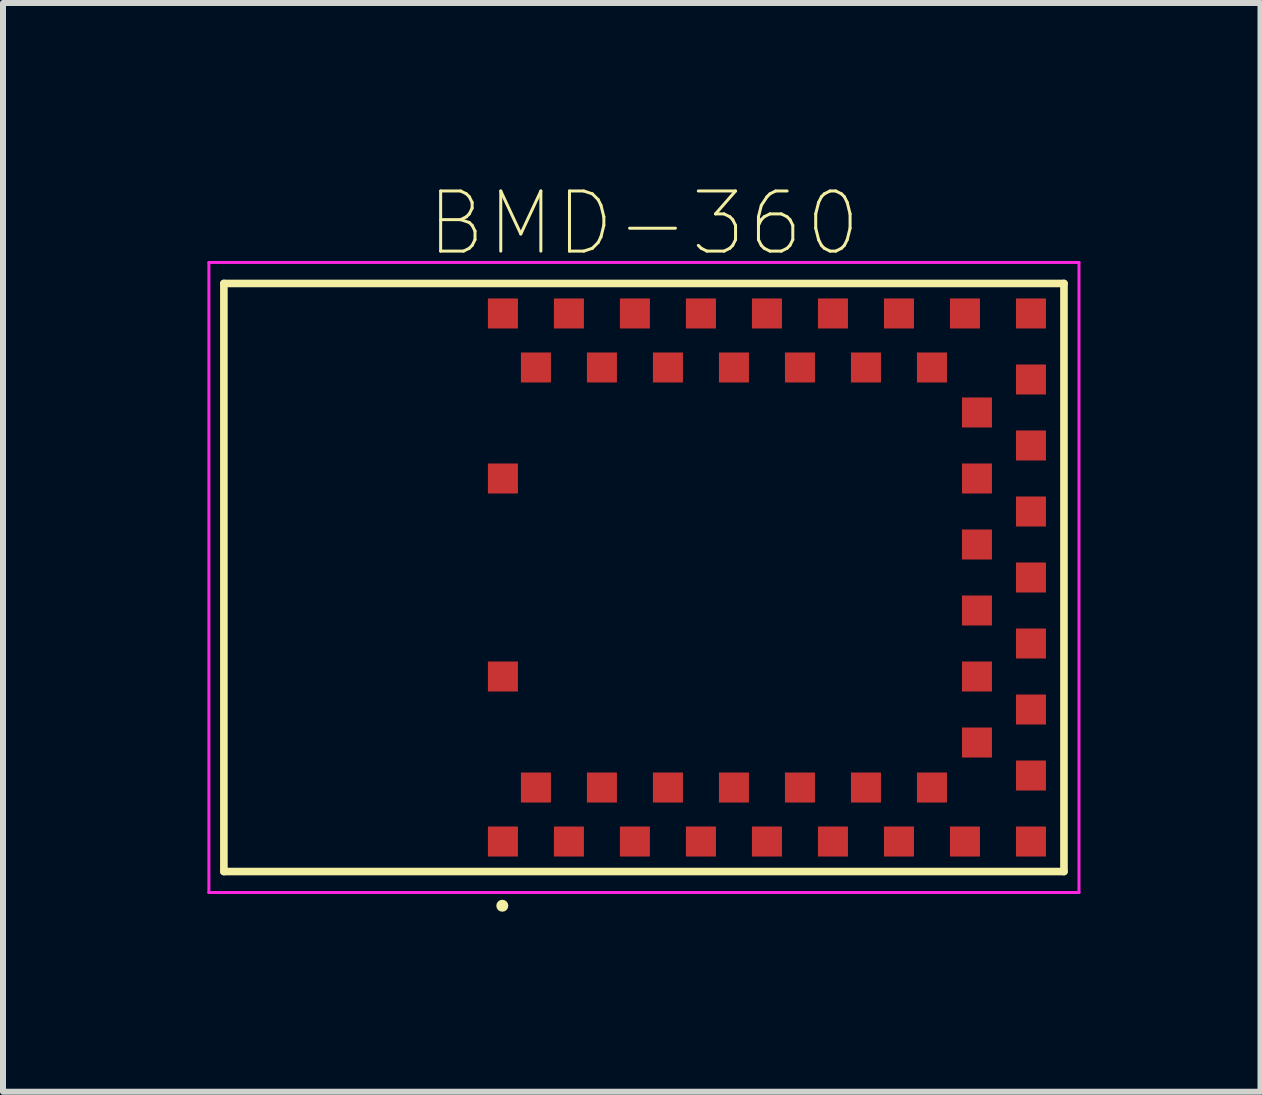
<source format=kicad_pcb>
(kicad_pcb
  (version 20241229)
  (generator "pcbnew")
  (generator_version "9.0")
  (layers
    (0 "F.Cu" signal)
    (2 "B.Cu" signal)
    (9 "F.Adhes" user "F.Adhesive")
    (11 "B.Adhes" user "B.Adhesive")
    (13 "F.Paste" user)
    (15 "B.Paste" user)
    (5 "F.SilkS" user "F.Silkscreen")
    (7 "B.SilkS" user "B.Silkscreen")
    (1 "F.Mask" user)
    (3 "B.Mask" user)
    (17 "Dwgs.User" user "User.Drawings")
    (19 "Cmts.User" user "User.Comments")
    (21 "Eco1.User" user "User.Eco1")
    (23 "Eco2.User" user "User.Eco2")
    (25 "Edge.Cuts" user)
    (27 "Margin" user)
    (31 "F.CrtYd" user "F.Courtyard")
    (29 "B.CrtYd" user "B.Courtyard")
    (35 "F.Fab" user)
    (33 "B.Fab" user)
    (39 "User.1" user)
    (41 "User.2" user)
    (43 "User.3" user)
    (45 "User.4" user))
  (footprint "BMD-360"
    (layer "F.Cu")
    (at 7.681 6.574)
    (property "Reference" "BMD-360" (at 0 -5.9 0) (layer "F.SilkS") (effects (font (size 1.002 1.002) (thickness 0.05))))
    (attr smd)
    (fp_line (start -7 -4.9) (end -7 4.9) (stroke (width 0.127) (type solid)) (layer "F.SilkS"))
    (fp_line (start -7 4.9) (end 7 4.9) (stroke (width 0.127) (type solid)) (layer "F.SilkS"))
    (fp_line (start 7 -4.9) (end -7 -4.9) (stroke (width 0.127) (type solid)) (layer "F.SilkS"))
    (fp_line (start 7 4.9) (end 7 -4.9) (stroke (width 0.127) (type solid)) (layer "F.SilkS"))
    (fp_circle (center -2.36 5.47) (end -2.31 5.47) (stroke (width 0.1) (type solid)) (fill no) (layer "F.SilkS"))
    (fp_poly (pts (xy -7.631 -5.08) (xy -2.6 -5.08) (xy -2.6 5.088) (xy -7.631 5.088)) (stroke (width 0.1) (type solid)) (fill no) (layer "Eco1.User"))
    (fp_line (start -7.25 -5.25) (end -7.25 5.25) (stroke (width 0.05) (type solid)) (layer "F.CrtYd"))
    (fp_line (start -7.25 5.25) (end 7.25 5.25) (stroke (width 0.05) (type solid)) (layer "F.CrtYd"))
    (fp_line (start 7.25 -5.25) (end -7.25 -5.25) (stroke (width 0.05) (type solid)) (layer "F.CrtYd"))
    (fp_line (start 7.25 5.25) (end 7.25 -5.25) (stroke (width 0.05) (type solid)) (layer "F.CrtYd"))
    (pad "1" smd rect (at -2.35 4.4) (size 0.5 0.5) (layers "F.Cu" "F.Mask" "F.Paste"))
    (pad "2" smd rect (at -1.8 3.5) (size 0.5 0.5) (layers "F.Cu" "F.Mask" "F.Paste"))
    (pad "3" smd rect (at -1.25 4.4) (size 0.5 0.5) (layers "F.Cu" "F.Mask" "F.Paste"))
    (pad "4" smd rect (at -0.7 3.5) (size 0.5 0.5) (layers "F.Cu" "F.Mask" "F.Paste"))
    (pad "5" smd rect (at -0.15 4.4) (size 0.5 0.5) (layers "F.Cu" "F.Mask" "F.Paste"))
    (pad "6" smd rect (at 0.4 3.5) (size 0.5 0.5) (layers "F.Cu" "F.Mask" "F.Paste"))
    (pad "7" smd rect (at 0.95 4.4) (size 0.5 0.5) (layers "F.Cu" "F.Mask" "F.Paste"))
    (pad "8" smd rect (at 1.5 3.5) (size 0.5 0.5) (layers "F.Cu" "F.Mask" "F.Paste"))
    (pad "9" smd rect (at 2.05 4.4) (size 0.5 0.5) (layers "F.Cu" "F.Mask" "F.Paste"))
    (pad "10" smd rect (at 2.6 3.5) (size 0.5 0.5) (layers "F.Cu" "F.Mask" "F.Paste"))
    (pad "11" smd rect (at 3.15 4.4) (size 0.5 0.5) (layers "F.Cu" "F.Mask" "F.Paste"))
    (pad "12" smd rect (at 3.7 3.5) (size 0.5 0.5) (layers "F.Cu" "F.Mask" "F.Paste"))
    (pad "13" smd rect (at 4.25 4.4) (size 0.5 0.5) (layers "F.Cu" "F.Mask" "F.Paste"))
    (pad "14" smd rect (at 4.8 3.5) (size 0.5 0.5) (layers "F.Cu" "F.Mask" "F.Paste"))
    (pad "15" smd rect (at 5.35 4.4) (size 0.5 0.5) (layers "F.Cu" "F.Mask" "F.Paste"))
    (pad "16" smd rect (at 6.45 4.4) (size 0.5 0.5) (layers "F.Cu" "F.Mask" "F.Paste"))
    (pad "17" smd rect (at 6.45 3.3) (size 0.5 0.5) (layers "F.Cu" "F.Mask" "F.Paste"))
    (pad "18" smd rect (at 5.55 2.75) (size 0.5 0.5) (layers "F.Cu" "F.Mask" "F.Paste"))
    (pad "19" smd rect (at 6.45 2.2) (size 0.5 0.5) (layers "F.Cu" "F.Mask" "F.Paste"))
    (pad "20" smd rect (at 5.55 1.65) (size 0.5 0.5) (layers "F.Cu" "F.Mask" "F.Paste"))
    (pad "21" smd rect (at 6.45 1.1) (size 0.5 0.5) (layers "F.Cu" "F.Mask" "F.Paste"))
    (pad "22" smd rect (at 5.55 0.55) (size 0.5 0.5) (layers "F.Cu" "F.Mask" "F.Paste"))
    (pad "23" smd rect (at 6.45 0) (size 0.5 0.5) (layers "F.Cu" "F.Mask" "F.Paste"))
    (pad "24" smd rect (at 5.55 -0.55) (size 0.5 0.5) (layers "F.Cu" "F.Mask" "F.Paste"))
    (pad "25" smd rect (at 6.45 -1.1) (size 0.5 0.5) (layers "F.Cu" "F.Mask" "F.Paste"))
    (pad "26" smd rect (at 5.55 -1.65) (size 0.5 0.5) (layers "F.Cu" "F.Mask" "F.Paste"))
    (pad "27" smd rect (at 6.45 -2.2) (size 0.5 0.5) (layers "F.Cu" "F.Mask" "F.Paste"))
    (pad "28" smd rect (at 5.55 -2.75) (size 0.5 0.5) (layers "F.Cu" "F.Mask" "F.Paste"))
    (pad "29" smd rect (at 6.45 -3.3) (size 0.5 0.5) (layers "F.Cu" "F.Mask" "F.Paste"))
    (pad "30" smd rect (at 6.45 -4.4) (size 0.5 0.5) (layers "F.Cu" "F.Mask" "F.Paste"))
    (pad "31" smd rect (at 5.35 -4.4) (size 0.5 0.5) (layers "F.Cu" "F.Mask" "F.Paste"))
    (pad "32" smd rect (at 4.8 -3.5) (size 0.5 0.5) (layers "F.Cu" "F.Mask" "F.Paste"))
    (pad "33" smd rect (at 4.25 -4.4) (size 0.5 0.5) (layers "F.Cu" "F.Mask" "F.Paste"))
    (pad "34" smd rect (at 3.7 -3.5) (size 0.5 0.5) (layers "F.Cu" "F.Mask" "F.Paste"))
    (pad "35" smd rect (at 3.15 -4.4) (size 0.5 0.5) (layers "F.Cu" "F.Mask" "F.Paste"))
    (pad "36" smd rect (at 2.6 -3.5) (size 0.5 0.5) (layers "F.Cu" "F.Mask" "F.Paste"))
    (pad "37" smd rect (at 2.05 -4.4) (size 0.5 0.5) (layers "F.Cu" "F.Mask" "F.Paste"))
    (pad "38" smd rect (at 1.5 -3.5) (size 0.5 0.5) (layers "F.Cu" "F.Mask" "F.Paste"))
    (pad "39" smd rect (at 0.95 -4.4) (size 0.5 0.5) (layers "F.Cu" "F.Mask" "F.Paste"))
    (pad "40" smd rect (at 0.4 -3.5) (size 0.5 0.5) (layers "F.Cu" "F.Mask" "F.Paste"))
    (pad "41" smd rect (at -0.15 -4.4) (size 0.5 0.5) (layers "F.Cu" "F.Mask" "F.Paste"))
    (pad "42" smd rect (at -0.7 -3.5) (size 0.5 0.5) (layers "F.Cu" "F.Mask" "F.Paste"))
    (pad "43" smd rect (at -1.25 -4.4) (size 0.5 0.5) (layers "F.Cu" "F.Mask" "F.Paste"))
    (pad "44" smd rect (at -1.8 -3.5) (size 0.5 0.5) (layers "F.Cu" "F.Mask" "F.Paste"))
    (pad "45" smd rect (at -2.35 -4.4) (size 0.5 0.5) (layers "F.Cu" "F.Mask" "F.Paste"))
    (pad "46" smd rect (at -2.35 -1.65) (size 0.5 0.5) (layers "F.Cu" "F.Mask" "F.Paste"))
    (pad "47" smd rect (at -2.35 1.65) (size 0.5 0.5) (layers "F.Cu" "F.Mask" "F.Paste")))
  (gr_rect
    (start -3 -3)
    (end 17.956 15.144)
    (stroke (width 0.1) (type default))
    (fill no)
    (layer "Edge.Cuts")))
</source>
